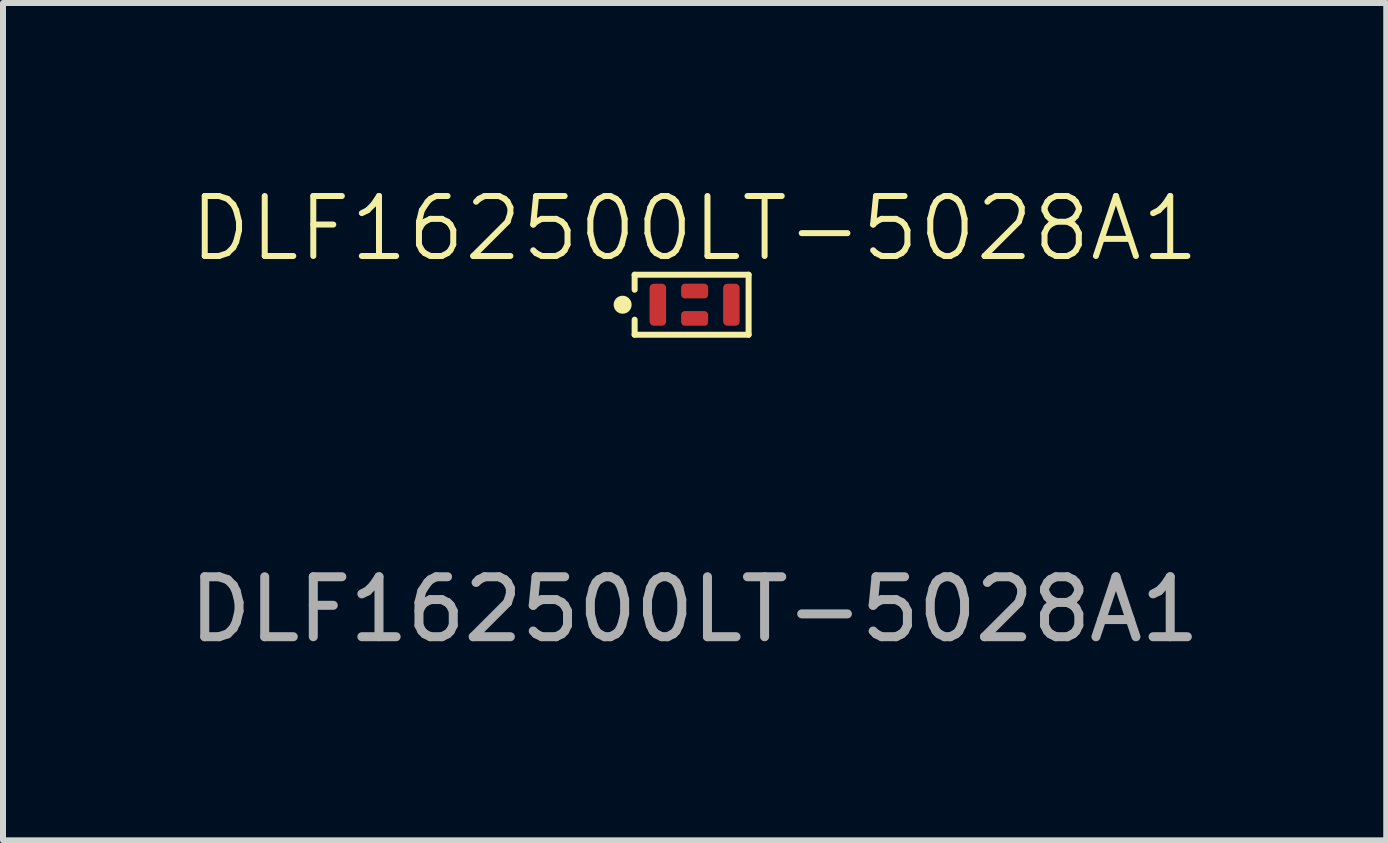
<source format=kicad_pcb>
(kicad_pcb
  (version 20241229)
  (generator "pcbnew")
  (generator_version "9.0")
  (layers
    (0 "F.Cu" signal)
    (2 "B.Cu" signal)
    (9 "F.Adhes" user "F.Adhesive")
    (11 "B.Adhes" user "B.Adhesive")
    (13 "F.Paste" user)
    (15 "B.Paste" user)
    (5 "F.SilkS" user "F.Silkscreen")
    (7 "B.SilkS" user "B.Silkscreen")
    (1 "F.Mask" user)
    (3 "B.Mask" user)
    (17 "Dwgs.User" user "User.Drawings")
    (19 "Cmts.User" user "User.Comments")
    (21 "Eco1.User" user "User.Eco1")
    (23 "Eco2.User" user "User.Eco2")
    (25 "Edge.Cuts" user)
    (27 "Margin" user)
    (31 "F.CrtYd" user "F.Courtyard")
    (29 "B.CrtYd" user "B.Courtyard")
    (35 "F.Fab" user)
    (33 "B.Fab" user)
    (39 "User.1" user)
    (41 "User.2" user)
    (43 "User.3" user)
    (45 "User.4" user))
  (footprint "DLF162500LT-5028A1"
    (layer "F.Cu")
    (at 8.53 2.03)
    (property "Reference" "DLF162500LT-5028A1" (at 0 -1.27 0) (unlocked yes) (layer "F.SilkS") (effects (font (size 1 1) (thickness 0.1))))
    (attr smd)
    (fp_line (start -1 -0.5) (end 0.9 -0.5) (stroke (width 0.1) (type default)) (layer "F.SilkS"))
    (fp_line (start -1 -0.25) (end -1 -0.5) (stroke (width 0.1) (type default)) (layer "F.SilkS"))
    (fp_line (start -1 0.5) (end -1 0.25) (stroke (width 0.1) (type default)) (layer "F.SilkS"))
    (fp_line (start 0.9 -0.5) (end 0.9 0.5) (stroke (width 0.1) (type default)) (layer "F.SilkS"))
    (fp_line (start 0.9 0.5) (end -1 0.5) (stroke (width 0.1) (type default)) (layer "F.SilkS"))
    (fp_circle (center -1.2 0) (end -1.1 0) (stroke (width 0.1) (type solid)) (fill yes) (layer "F.SilkS"))
    (fp_text user "${REFERENCE}" (at 0 5.08 0) (unlocked yes) (layer "F.Fab") (effects (font (size 1 1) (thickness 0.15))))
    (pad "1" smd roundrect (at -0.613 0) (size 0.275 0.7) (layers "F.Cu" "F.Mask" "F.Paste") (roundrect_rratio 0.25))
    (pad "2" smd roundrect (at 0 0.228) (size 0.45 0.245) (layers "F.Cu" "F.Mask" "F.Paste") (roundrect_rratio 0.25))
    (pad "3" smd roundrect (at 0.613 0) (size 0.275 0.7) (layers "F.Cu" "F.Mask" "F.Paste") (roundrect_rratio 0.25))
    (pad "4" smd roundrect (at 0 -0.228) (size 0.45 0.245) (layers "F.Cu" "F.Mask" "F.Paste") (roundrect_rratio 0.25)))
  (gr_rect
    (start -3 -3)
    (end 20.06 10.959)
    (stroke (width 0.1) (type default))
    (fill no)
    (layer "Edge.Cuts")))
</source>
